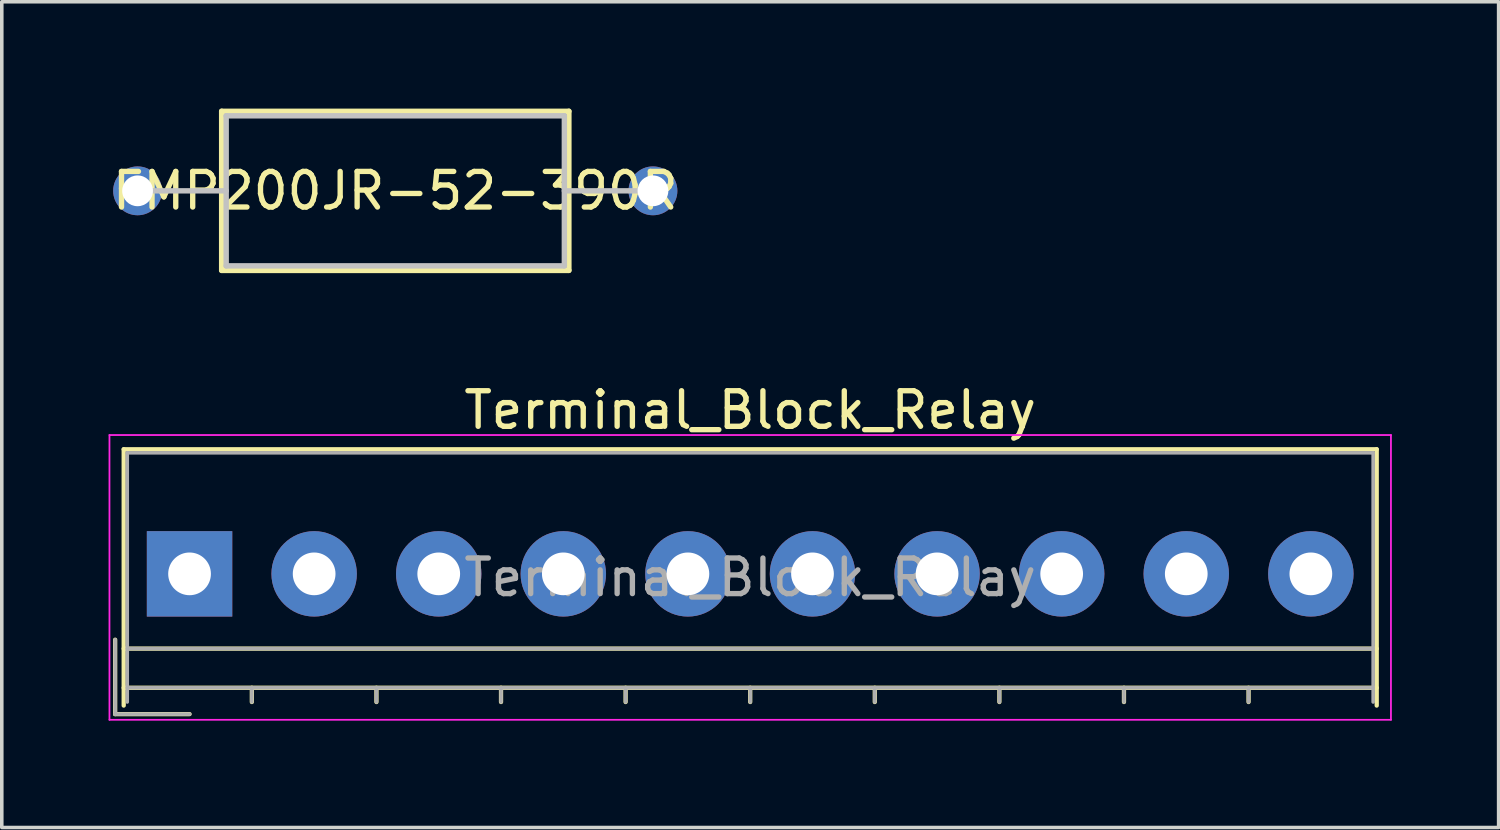
<source format=kicad_pcb>
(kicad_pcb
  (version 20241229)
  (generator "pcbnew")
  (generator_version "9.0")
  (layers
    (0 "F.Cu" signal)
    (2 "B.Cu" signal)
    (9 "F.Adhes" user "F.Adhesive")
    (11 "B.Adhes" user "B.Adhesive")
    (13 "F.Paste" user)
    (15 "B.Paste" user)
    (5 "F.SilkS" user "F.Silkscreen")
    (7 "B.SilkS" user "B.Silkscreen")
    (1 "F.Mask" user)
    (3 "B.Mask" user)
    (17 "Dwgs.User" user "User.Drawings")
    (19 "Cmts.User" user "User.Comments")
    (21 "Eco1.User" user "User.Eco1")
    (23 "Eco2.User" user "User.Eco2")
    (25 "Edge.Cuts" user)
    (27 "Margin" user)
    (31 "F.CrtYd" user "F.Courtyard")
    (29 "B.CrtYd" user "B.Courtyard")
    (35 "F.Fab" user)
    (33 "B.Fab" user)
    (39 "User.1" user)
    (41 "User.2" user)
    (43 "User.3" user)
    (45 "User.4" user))
  (footprint "FMP200JR-52-390R"
    (layer "F.Cu")
    (at 15.293 2.311)
    (property "Reference" "FMP200JR-52-390R" (at -7.239 0 0) (layer "F.SilkS") (effects (font (size 1 1) (thickness 0.15))))
    (attr through_hole)
    (fp_line (start -12.116 -2.235) (end -12.116 2.235) (stroke (width 0.152) (type solid)) (layer "F.SilkS"))
    (fp_line (start -12.116 2.235) (end -2.362 2.235) (stroke (width 0.152) (type solid)) (layer "F.SilkS"))
    (fp_line (start -2.362 -2.235) (end -12.116 -2.235) (stroke (width 0.152) (type solid)) (layer "F.SilkS"))
    (fp_line (start -2.362 2.235) (end -2.362 -2.235) (stroke (width 0.152) (type solid)) (layer "F.SilkS"))
    (fp_line (start -14.478 0) (end -11.989 0) (stroke (width 0.152) (type solid)) (layer "Dwgs.User"))
    (fp_line (start -11.989 -2.108) (end -11.989 2.108) (stroke (width 0.152) (type solid)) (layer "Dwgs.User"))
    (fp_line (start -11.989 2.108) (end -2.489 2.108) (stroke (width 0.152) (type solid)) (layer "Dwgs.User"))
    (fp_line (start -2.489 -2.108) (end -11.989 -2.108) (stroke (width 0.152) (type solid)) (layer "Dwgs.User"))
    (fp_line (start -2.489 2.108) (end -2.489 -2.108) (stroke (width 0.152) (type solid)) (layer "Dwgs.User"))
    (fp_line (start 0 0) (end -2.489 0) (stroke (width 0.152) (type solid)) (layer "Dwgs.User"))
    (pad "1" thru_hole circle (at -14.478 0) (size 1.372 1.372) (drill 0.864) (layers "*.Cu" "*.Mask"))
    (pad "2" thru_hole circle (at 0 0) (size 1.372 1.372) (drill 0.864) (layers "*.Cu" "*.Mask")))
  (footprint "Terminal_Block_Relay"
    (layer "F.Cu")
    (at 2.275 13.071)
    (property "Reference" "Terminal_Block_Relay" (at 15.75 -4.6 0) (layer "F.SilkS") (effects (font (size 1 1) (thickness 0.15))))
    (attr through_hole)
    (fp_line (start -2.09 1.85) (end -2.09 3.94) (stroke (width 0.12) (type solid)) (layer "F.SilkS"))
    (fp_line (start -2.09 3.94) (end 0 3.94) (stroke (width 0.12) (type solid)) (layer "F.SilkS"))
    (fp_line (start -1.85 -3.5) (end 33.35 -3.5) (stroke (width 0.12) (type solid)) (layer "F.SilkS"))
    (fp_line (start -1.85 2.1) (end 33.35 2.1) (stroke (width 0.12) (type solid)) (layer "F.SilkS"))
    (fp_line (start -1.85 3.2) (end 33.35 3.2) (stroke (width 0.12) (type solid)) (layer "F.SilkS"))
    (fp_line (start -1.85 3.7) (end -1.85 -3.5) (stroke (width 0.12) (type solid)) (layer "F.SilkS"))
    (fp_line (start 1.75 3.2) (end 1.75 3.6) (stroke (width 0.12) (type solid)) (layer "F.SilkS"))
    (fp_line (start 5.25 3.2) (end 5.25 3.6) (stroke (width 0.12) (type solid)) (layer "F.SilkS"))
    (fp_line (start 8.75 3.2) (end 8.75 3.6) (stroke (width 0.12) (type solid)) (layer "F.SilkS"))
    (fp_line (start 12.25 3.2) (end 12.25 3.6) (stroke (width 0.12) (type solid)) (layer "F.SilkS"))
    (fp_line (start 15.75 3.2) (end 15.75 3.6) (stroke (width 0.12) (type solid)) (layer "F.SilkS"))
    (fp_line (start 19.25 3.2) (end 19.25 3.6) (stroke (width 0.12) (type solid)) (layer "F.SilkS"))
    (fp_line (start 22.75 3.2) (end 22.75 3.6) (stroke (width 0.12) (type solid)) (layer "F.SilkS"))
    (fp_line (start 26.25 3.2) (end 26.25 3.6) (stroke (width 0.12) (type solid)) (layer "F.SilkS"))
    (fp_line (start 29.75 3.2) (end 29.75 3.6) (stroke (width 0.12) (type solid)) (layer "F.SilkS"))
    (fp_line (start 33.35 -3.5) (end 33.35 3.7) (stroke (width 0.12) (type solid)) (layer "F.SilkS"))
    (fp_line (start -2.25 -3.9) (end -2.25 4.1) (stroke (width 0.05) (type solid)) (layer "F.CrtYd"))
    (fp_line (start -2.25 4.1) (end 33.75 4.1) (stroke (width 0.05) (type solid)) (layer "F.CrtYd"))
    (fp_line (start 33.75 -3.9) (end -2.25 -3.9) (stroke (width 0.05) (type solid)) (layer "F.CrtYd"))
    (fp_line (start 33.75 4.1) (end 33.75 -3.9) (stroke (width 0.05) (type solid)) (layer "F.CrtYd"))
    (fp_line (start -2.09 1.85) (end -2.09 3.94) (stroke (width 0.1) (type solid)) (layer "F.Fab"))
    (fp_line (start -2.09 3.94) (end 0 3.94) (stroke (width 0.1) (type solid)) (layer "F.Fab"))
    (fp_line (start -1.75 -3.4) (end 33.25 -3.4) (stroke (width 0.1) (type solid)) (layer "F.Fab"))
    (fp_line (start -1.75 2.1) (end 33.25 2.1) (stroke (width 0.1) (type solid)) (layer "F.Fab"))
    (fp_line (start -1.75 3.2) (end 33.25 3.2) (stroke (width 0.1) (type solid)) (layer "F.Fab"))
    (fp_line (start -1.75 3.6) (end -1.75 -3.4) (stroke (width 0.1) (type solid)) (layer "F.Fab"))
    (fp_line (start 1.75 3.2) (end 1.75 3.6) (stroke (width 0.1) (type solid)) (layer "F.Fab"))
    (fp_line (start 5.25 3.2) (end 5.25 3.6) (stroke (width 0.1) (type solid)) (layer "F.Fab"))
    (fp_line (start 8.75 3.2) (end 8.75 3.6) (stroke (width 0.1) (type solid)) (layer "F.Fab"))
    (fp_line (start 12.25 3.2) (end 12.25 3.6) (stroke (width 0.1) (type solid)) (layer "F.Fab"))
    (fp_line (start 15.75 3.2) (end 15.75 3.6) (stroke (width 0.1) (type solid)) (layer "F.Fab"))
    (fp_line (start 19.25 3.2) (end 19.25 3.6) (stroke (width 0.1) (type solid)) (layer "F.Fab"))
    (fp_line (start 22.75 3.2) (end 22.75 3.6) (stroke (width 0.1) (type solid)) (layer "F.Fab"))
    (fp_line (start 26.25 3.2) (end 26.25 3.6) (stroke (width 0.1) (type solid)) (layer "F.Fab"))
    (fp_line (start 29.75 3.2) (end 29.75 3.6) (stroke (width 0.1) (type solid)) (layer "F.Fab"))
    (fp_line (start 33.25 -3.4) (end 33.25 3.6) (stroke (width 0.1) (type solid)) (layer "F.Fab"))
    (fp_text user "${REFERENCE}" (at 15.75 0.1 0) (layer "F.Fab") (effects (font (size 1 1) (thickness 0.15))))
    (pad "1" thru_hole rect (at 0 0) (size 2.4 2.4) (drill 1.2) (layers "*.Cu" "*.Mask"))
    (pad "2" thru_hole circle (at 21 0) (size 2.4 2.4) (drill 1.2) (layers "*.Cu" "*.Mask"))
    (pad "3" thru_hole circle (at 17.5 0) (size 2.4 2.4) (drill 1.2) (layers "*.Cu" "*.Mask"))
    (pad "4" thru_hole circle (at 3.5 0) (size 2.4 2.4) (drill 1.2) (layers "*.Cu" "*.Mask"))
    (pad "5" thru_hole circle (at 7 0) (size 2.4 2.4) (drill 1.2) (layers "*.Cu" "*.Mask"))
    (pad "6" thru_hole circle (at 10.5 0) (size 2.4 2.4) (drill 1.2) (layers "*.Cu" "*.Mask"))
    (pad "7" thru_hole circle (at 14 0) (size 2.4 2.4) (drill 1.2) (layers "*.Cu" "*.Mask"))
    (pad "8" thru_hole circle (at 31.5 0) (size 2.4 2.4) (drill 1.2) (layers "*.Cu" "*.Mask"))
    (pad "9" thru_hole circle (at 28 0) (size 2.4 2.4) (drill 1.2) (layers "*.Cu" "*.Mask"))
    (pad "10" thru_hole circle (at 24.5 0) (size 2.4 2.4) (drill 1.2) (layers "*.Cu" "*.Mask")))
  (gr_rect
    (start -3 -3)
    (end 39.05 20.196)
    (stroke (width 0.1) (type default))
    (fill no)
    (layer "Edge.Cuts")))
</source>
